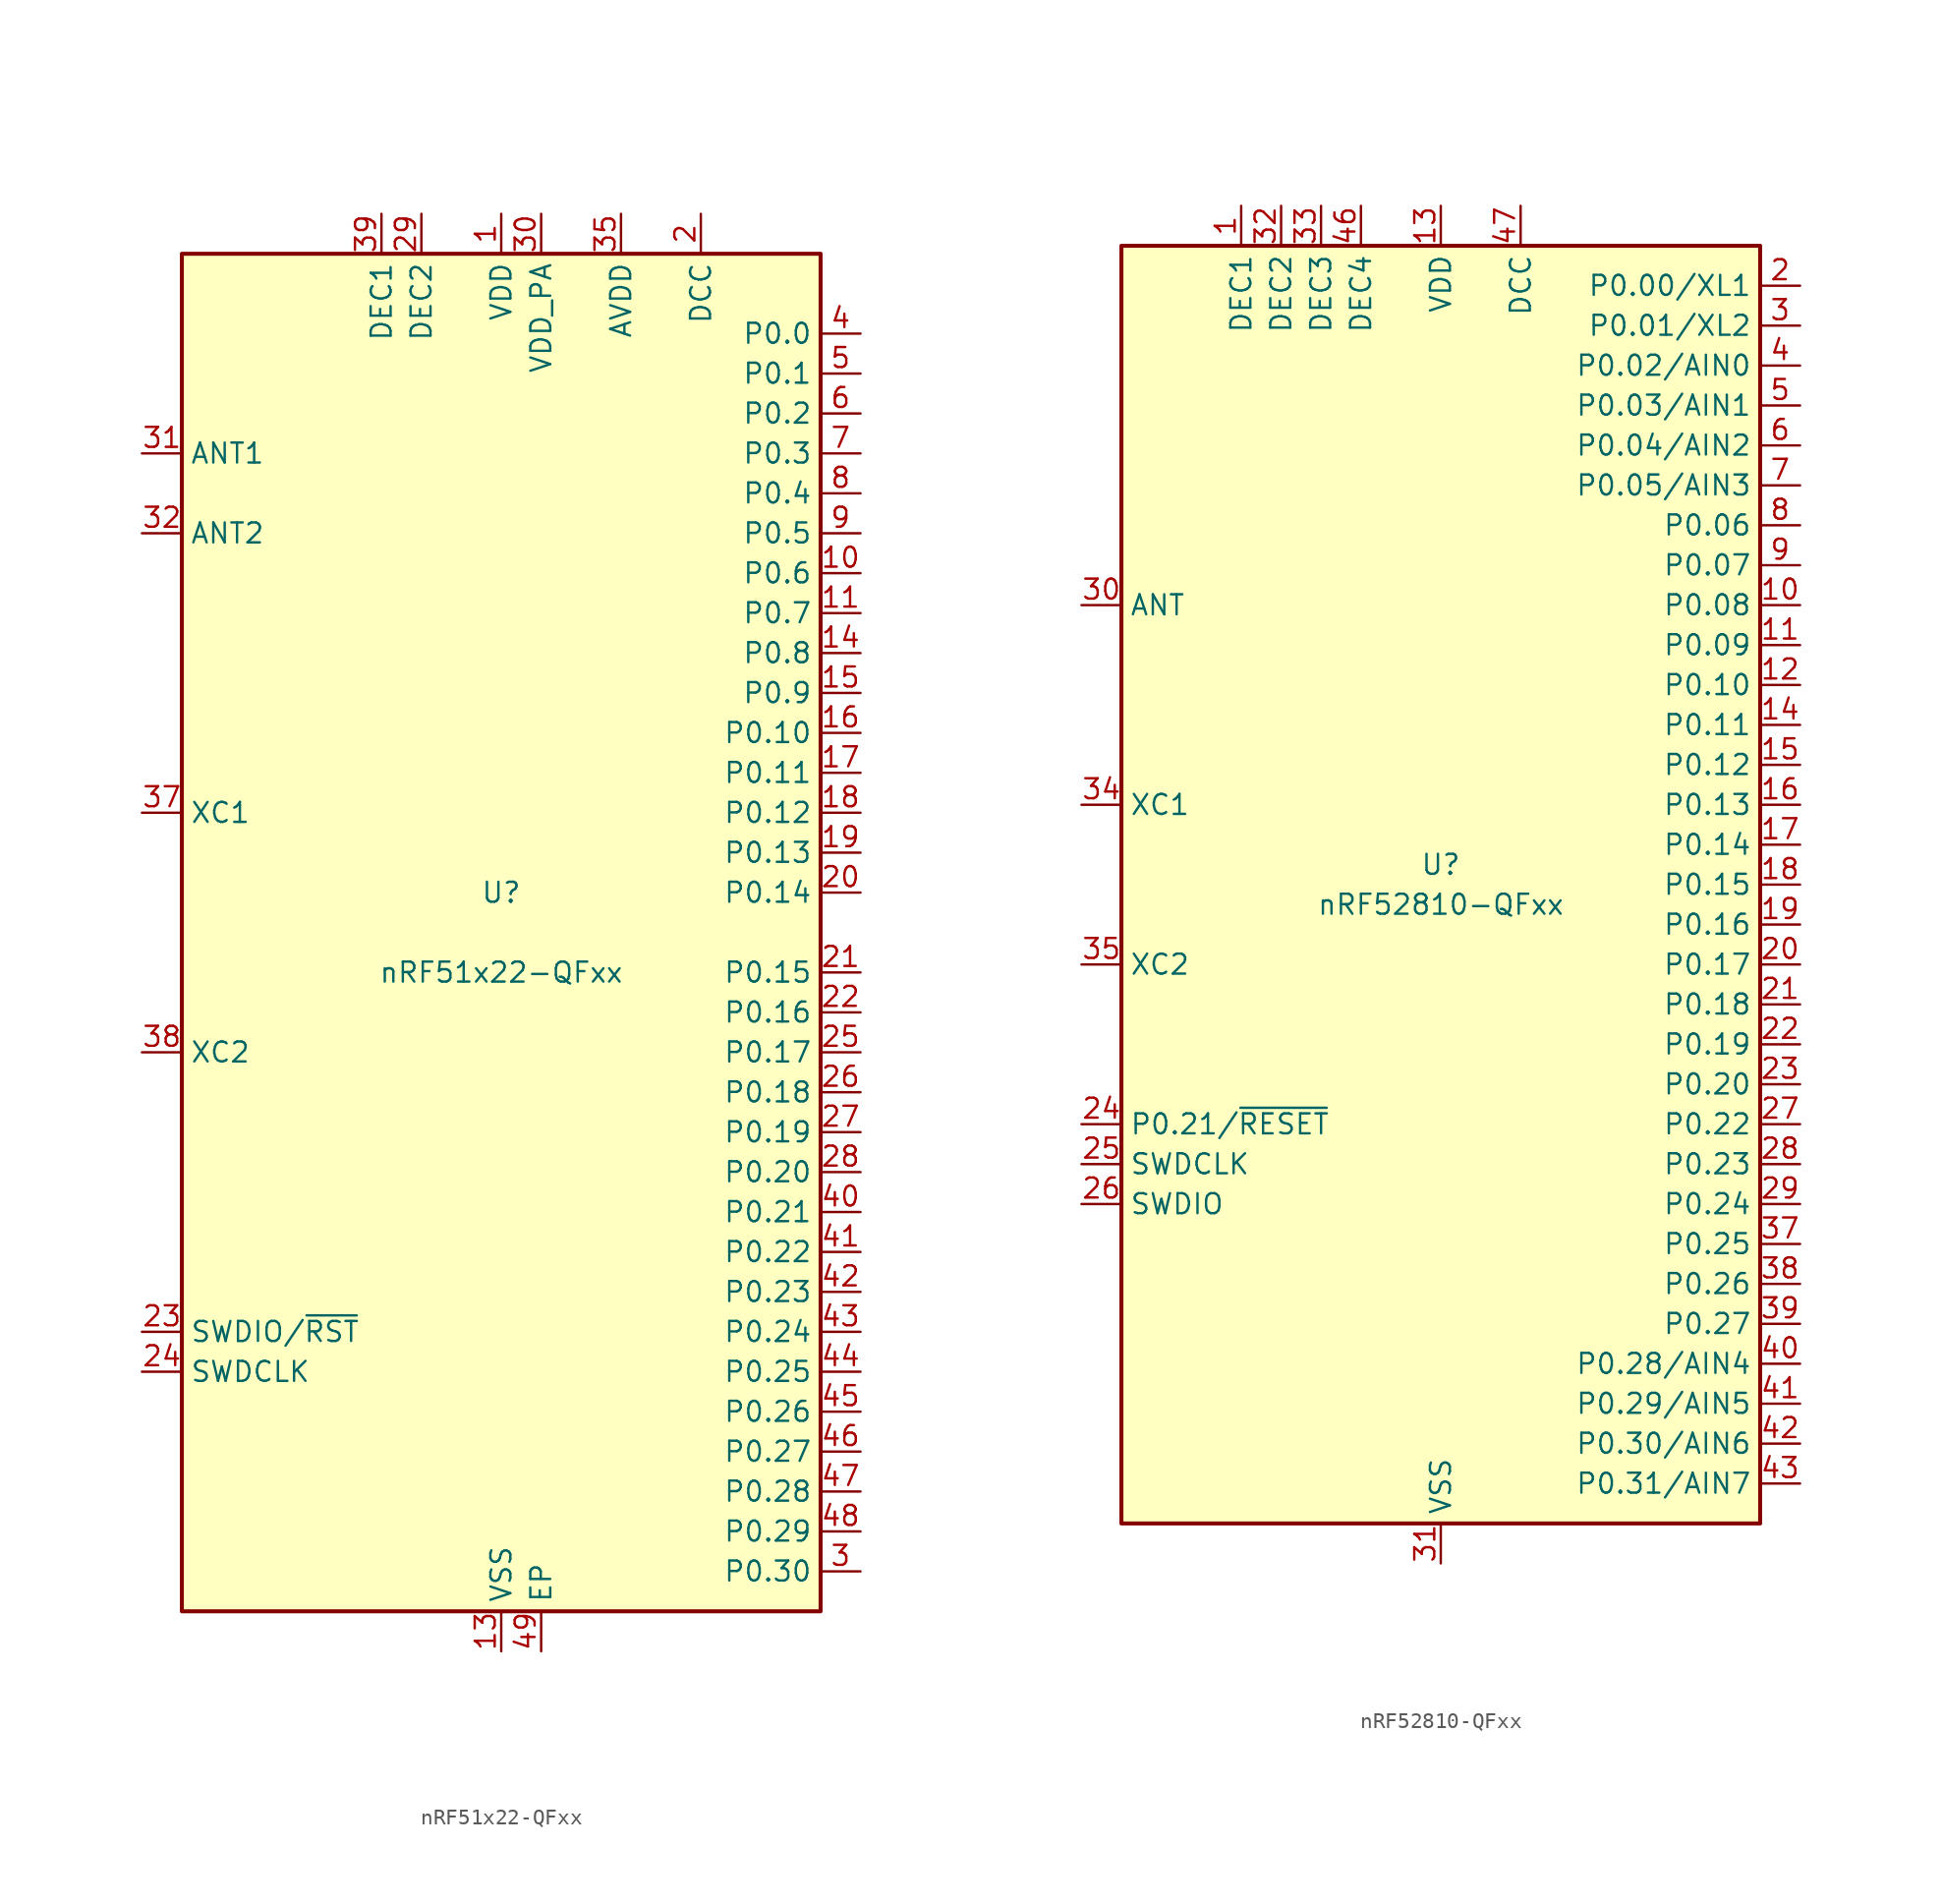
<source format=kicad_sym>
(kicad_symbol_lib
  (version 20201005)
  (generator kicad_symbol_editor)
  (symbol "nRF51x22-QFxx"
    (property "Reference" "U"
      (at 0 2.54 0)
      (effects (font (size 1.27 1.27))))
    (property "Value" "nRF51x22-QFxx"
      (at 0 -2.54 0)
      (effects (font (size 1.27 1.27))))
    (symbol "nRF51x22-QFxx_0_1"
      (rectangle (start -20.32 43.18) (end 20.32 -43.18) (stroke (width 0.254)) (fill (type background))))
    (symbol "nRF51x22-QFxx_1_1"
      (pin power_in line (at 0 45.72 270) (length 2.54) (name "VDD" (effects (font (size 1.27 1.27)))) (number "1" (effects (font (size 1.27 1.27)))))
      (pin bidirectional line (at 22.86 22.86 180) (length 2.54) (name "P0.6" (effects (font (size 1.27 1.27)))) (number "10" (effects (font (size 1.27 1.27)))))
      (pin bidirectional line (at 22.86 20.32 180) (length 2.54) (name "P0.7" (effects (font (size 1.27 1.27)))) (number "11" (effects (font (size 1.27 1.27)))))
      (pin passive line (at 0 45.72 270) (length 2.54) hide (name "VDD" (effects (font (size 1.27 1.27)))) (number "12" (effects (font (size 1.27 1.27)))))
      (pin power_in line (at 0 -45.72 90) (length 2.54) (name "VSS" (effects (font (size 1.27 1.27)))) (number "13" (effects (font (size 1.27 1.27)))))
      (pin bidirectional line (at 22.86 17.78 180) (length 2.54) (name "P0.8" (effects (font (size 1.27 1.27)))) (number "14" (effects (font (size 1.27 1.27)))))
      (pin bidirectional line (at 22.86 15.24 180) (length 2.54) (name "P0.9" (effects (font (size 1.27 1.27)))) (number "15" (effects (font (size 1.27 1.27)))))
      (pin bidirectional line (at 22.86 12.7 180) (length 2.54) (name "P0.10" (effects (font (size 1.27 1.27)))) (number "16" (effects (font (size 1.27 1.27)))))
      (pin bidirectional line (at 22.86 10.16 180) (length 2.54) (name "P0.11" (effects (font (size 1.27 1.27)))) (number "17" (effects (font (size 1.27 1.27)))))
      (pin bidirectional line (at 22.86 7.62 180) (length 2.54) (name "P0.12" (effects (font (size 1.27 1.27)))) (number "18" (effects (font (size 1.27 1.27)))))
      (pin bidirectional line (at 22.86 5.08 180) (length 2.54) (name "P0.13" (effects (font (size 1.27 1.27)))) (number "19" (effects (font (size 1.27 1.27)))))
      (pin power_out line (at 12.7 45.72 270) (length 2.54) (name "DCC" (effects (font (size 1.27 1.27)))) (number "2" (effects (font (size 1.27 1.27)))))
      (pin bidirectional line (at 22.86 2.54 180) (length 2.54) (name "P0.14" (effects (font (size 1.27 1.27)))) (number "20" (effects (font (size 1.27 1.27)))))
      (pin bidirectional line (at 22.86 -2.54 180) (length 2.54) (name "P0.15" (effects (font (size 1.27 1.27)))) (number "21" (effects (font (size 1.27 1.27)))))
      (pin bidirectional line (at 22.86 -5.08 180) (length 2.54) (name "P0.16" (effects (font (size 1.27 1.27)))) (number "22" (effects (font (size 1.27 1.27)))))
      (pin bidirectional line (at -22.86 -25.4 0) (length 2.54) (name "SWDIO/~RST" (effects (font (size 1.27 1.27)))) (number "23" (effects (font (size 1.27 1.27)))))
      (pin input line (at -22.86 -27.94 0) (length 2.54) (name "SWDCLK" (effects (font (size 1.27 1.27)))) (number "24" (effects (font (size 1.27 1.27)))))
      (pin bidirectional line (at 22.86 -7.62 180) (length 2.54) (name "P0.17" (effects (font (size 1.27 1.27)))) (number "25" (effects (font (size 1.27 1.27)))))
      (pin bidirectional line (at 22.86 -10.16 180) (length 2.54) (name "P0.18" (effects (font (size 1.27 1.27)))) (number "26" (effects (font (size 1.27 1.27)))))
      (pin bidirectional line (at 22.86 -12.7 180) (length 2.54) (name "P0.19" (effects (font (size 1.27 1.27)))) (number "27" (effects (font (size 1.27 1.27)))))
      (pin bidirectional line (at 22.86 -15.24 180) (length 2.54) (name "P0.20" (effects (font (size 1.27 1.27)))) (number "28" (effects (font (size 1.27 1.27)))))
      (pin passive line (at -5.08 45.72 270) (length 2.54) (name "DEC2" (effects (font (size 1.27 1.27)))) (number "29" (effects (font (size 1.27 1.27)))))
      (pin bidirectional line (at 22.86 -40.64 180) (length 2.54) (name "P0.30" (effects (font (size 1.27 1.27)))) (number "3" (effects (font (size 1.27 1.27)))))
      (pin power_out line (at 2.54 45.72 270) (length 2.54) (name "VDD_PA" (effects (font (size 1.27 1.27)))) (number "30" (effects (font (size 1.27 1.27)))))
      (pin output line (at -22.86 30.48 0) (length 2.54) (name "ANT1" (effects (font (size 1.27 1.27)))) (number "31" (effects (font (size 1.27 1.27)))))
      (pin output line (at -22.86 25.4 0) (length 2.54) (name "ANT2" (effects (font (size 1.27 1.27)))) (number "32" (effects (font (size 1.27 1.27)))))
      (pin passive line (at 0 -45.72 90) (length 2.54) hide (name "VSS" (effects (font (size 1.27 1.27)))) (number "33" (effects (font (size 1.27 1.27)))))
      (pin passive line (at 0 -45.72 90) (length 2.54) hide (name "VSS" (effects (font (size 1.27 1.27)))) (number "34" (effects (font (size 1.27 1.27)))))
      (pin power_in line (at 7.62 45.72 270) (length 2.54) (name "AVDD" (effects (font (size 1.27 1.27)))) (number "35" (effects (font (size 1.27 1.27)))))
      (pin passive line (at 7.62 45.72 270) (length 2.54) hide (name "AVDD" (effects (font (size 1.27 1.27)))) (number "36" (effects (font (size 1.27 1.27)))))
      (pin input line (at -22.86 7.62 0) (length 2.54) (name "XC1" (effects (font (size 1.27 1.27)))) (number "37" (effects (font (size 1.27 1.27)))))
      (pin input line (at -22.86 -7.62 0) (length 2.54) (name "XC2" (effects (font (size 1.27 1.27)))) (number "38" (effects (font (size 1.27 1.27)))))
      (pin passive line (at -7.62 45.72 270) (length 2.54) (name "DEC1" (effects (font (size 1.27 1.27)))) (number "39" (effects (font (size 1.27 1.27)))))
      (pin bidirectional line (at 22.86 38.1 180) (length 2.54) (name "P0.0" (effects (font (size 1.27 1.27)))) (number "4" (effects (font (size 1.27 1.27)))))
      (pin bidirectional line (at 22.86 -17.78 180) (length 2.54) (name "P0.21" (effects (font (size 1.27 1.27)))) (number "40" (effects (font (size 1.27 1.27)))))
      (pin bidirectional line (at 22.86 -20.32 180) (length 2.54) (name "P0.22" (effects (font (size 1.27 1.27)))) (number "41" (effects (font (size 1.27 1.27)))))
      (pin bidirectional line (at 22.86 -22.86 180) (length 2.54) (name "P0.23" (effects (font (size 1.27 1.27)))) (number "42" (effects (font (size 1.27 1.27)))))
      (pin bidirectional line (at 22.86 -25.4 180) (length 2.54) (name "P0.24" (effects (font (size 1.27 1.27)))) (number "43" (effects (font (size 1.27 1.27)))))
      (pin bidirectional line (at 22.86 -27.94 180) (length 2.54) (name "P0.25" (effects (font (size 1.27 1.27)))) (number "44" (effects (font (size 1.27 1.27)))))
      (pin bidirectional line (at 22.86 -30.48 180) (length 2.54) (name "P0.26" (effects (font (size 1.27 1.27)))) (number "45" (effects (font (size 1.27 1.27)))))
      (pin bidirectional line (at 22.86 -33.02 180) (length 2.54) (name "P0.27" (effects (font (size 1.27 1.27)))) (number "46" (effects (font (size 1.27 1.27)))))
      (pin bidirectional line (at 22.86 -35.56 180) (length 2.54) (name "P0.28" (effects (font (size 1.27 1.27)))) (number "47" (effects (font (size 1.27 1.27)))))
      (pin bidirectional line (at 22.86 -38.1 180) (length 2.54) (name "P0.29" (effects (font (size 1.27 1.27)))) (number "48" (effects (font (size 1.27 1.27)))))
      (pin power_in line (at 2.54 -45.72 90) (length 2.54) (name "EP" (effects (font (size 1.27 1.27)))) (number "49" (effects (font (size 1.27 1.27)))))
      (pin bidirectional line (at 22.86 35.56 180) (length 2.54) (name "P0.1" (effects (font (size 1.27 1.27)))) (number "5" (effects (font (size 1.27 1.27)))))
      (pin bidirectional line (at 22.86 33.02 180) (length 2.54) (name "P0.2" (effects (font (size 1.27 1.27)))) (number "6" (effects (font (size 1.27 1.27)))))
      (pin bidirectional line (at 22.86 30.48 180) (length 2.54) (name "P0.3" (effects (font (size 1.27 1.27)))) (number "7" (effects (font (size 1.27 1.27)))))
      (pin bidirectional line (at 22.86 27.94 180) (length 2.54) (name "P0.4" (effects (font (size 1.27 1.27)))) (number "8" (effects (font (size 1.27 1.27)))))
      (pin bidirectional line (at 22.86 25.4 180) (length 2.54) (name "P0.5" (effects (font (size 1.27 1.27)))) (number "9" (effects (font (size 1.27 1.27)))))))
  (symbol "nRF52810-QFxx"
    (property "Reference" "U"
      (at 0 1.27 0)
      (effects (font (size 1.27 1.27))))
    (property "Value" "nRF52810-QFxx"
      (at 0 -1.27 0)
      (effects (font (size 1.27 1.27))))
    (symbol "nRF52810-QFxx_0_1"
      (rectangle (start -20.32 40.64) (end 20.32 -40.64) (stroke (width 0.254)) (fill (type background))))
    (symbol "nRF52810-QFxx_1_1"
      (pin passive line (at -12.7 43.18 270) (length 2.54) (name "DEC1" (effects (font (size 1.27 1.27)))) (number "1" (effects (font (size 1.27 1.27)))))
      (pin bidirectional line (at 22.86 17.78 180) (length 2.54) (name "P0.08" (effects (font (size 1.27 1.27)))) (number "10" (effects (font (size 1.27 1.27)))))
      (pin bidirectional line (at 22.86 15.24 180) (length 2.54) (name "P0.09" (effects (font (size 1.27 1.27)))) (number "11" (effects (font (size 1.27 1.27)))))
      (pin bidirectional line (at 22.86 12.7 180) (length 2.54) (name "P0.10" (effects (font (size 1.27 1.27)))) (number "12" (effects (font (size 1.27 1.27)))))
      (pin power_in line (at 0 43.18 270) (length 2.54) (name "VDD" (effects (font (size 1.27 1.27)))) (number "13" (effects (font (size 1.27 1.27)))))
      (pin bidirectional line (at 22.86 10.16 180) (length 2.54) (name "P0.11" (effects (font (size 1.27 1.27)))) (number "14" (effects (font (size 1.27 1.27)))))
      (pin bidirectional line (at 22.86 7.62 180) (length 2.54) (name "P0.12" (effects (font (size 1.27 1.27)))) (number "15" (effects (font (size 1.27 1.27)))))
      (pin bidirectional line (at 22.86 5.08 180) (length 2.54) (name "P0.13" (effects (font (size 1.27 1.27)))) (number "16" (effects (font (size 1.27 1.27)))))
      (pin bidirectional line (at 22.86 2.54 180) (length 2.54) (name "P0.14" (effects (font (size 1.27 1.27)))) (number "17" (effects (font (size 1.27 1.27)))))
      (pin bidirectional line (at 22.86 0 180) (length 2.54) (name "P0.15" (effects (font (size 1.27 1.27)))) (number "18" (effects (font (size 1.27 1.27)))))
      (pin bidirectional line (at 22.86 -2.54 180) (length 2.54) (name "P0.16" (effects (font (size 1.27 1.27)))) (number "19" (effects (font (size 1.27 1.27)))))
      (pin bidirectional line (at 22.86 38.1 180) (length 2.54) (name "P0.00/XL1" (effects (font (size 1.27 1.27)))) (number "2" (effects (font (size 1.27 1.27)))))
      (pin bidirectional line (at 22.86 -5.08 180) (length 2.54) (name "P0.17" (effects (font (size 1.27 1.27)))) (number "20" (effects (font (size 1.27 1.27)))))
      (pin bidirectional line (at 22.86 -7.62 180) (length 2.54) (name "P0.18" (effects (font (size 1.27 1.27)))) (number "21" (effects (font (size 1.27 1.27)))))
      (pin bidirectional line (at 22.86 -10.16 180) (length 2.54) (name "P0.19" (effects (font (size 1.27 1.27)))) (number "22" (effects (font (size 1.27 1.27)))))
      (pin bidirectional line (at 22.86 -12.7 180) (length 2.54) (name "P0.20" (effects (font (size 1.27 1.27)))) (number "23" (effects (font (size 1.27 1.27)))))
      (pin bidirectional line (at -22.86 -15.24 0) (length 2.54) (name "P0.21/~RESET" (effects (font (size 1.27 1.27)))) (number "24" (effects (font (size 1.27 1.27)))))
      (pin input line (at -22.86 -17.78 0) (length 2.54) (name "SWDCLK" (effects (font (size 1.27 1.27)))) (number "25" (effects (font (size 1.27 1.27)))))
      (pin bidirectional line (at -22.86 -20.32 0) (length 2.54) (name "SWDIO" (effects (font (size 1.27 1.27)))) (number "26" (effects (font (size 1.27 1.27)))))
      (pin bidirectional line (at 22.86 -15.24 180) (length 2.54) (name "P0.22" (effects (font (size 1.27 1.27)))) (number "27" (effects (font (size 1.27 1.27)))))
      (pin bidirectional line (at 22.86 -17.78 180) (length 2.54) (name "P0.23" (effects (font (size 1.27 1.27)))) (number "28" (effects (font (size 1.27 1.27)))))
      (pin bidirectional line (at 22.86 -20.32 180) (length 2.54) (name "P0.24" (effects (font (size 1.27 1.27)))) (number "29" (effects (font (size 1.27 1.27)))))
      (pin bidirectional line (at 22.86 35.56 180) (length 2.54) (name "P0.01/XL2" (effects (font (size 1.27 1.27)))) (number "3" (effects (font (size 1.27 1.27)))))
      (pin passive line (at -22.86 17.78 0) (length 2.54) (name "ANT" (effects (font (size 1.27 1.27)))) (number "30" (effects (font (size 1.27 1.27)))))
      (pin power_in line (at 0 -43.18 90) (length 2.54) (name "VSS" (effects (font (size 1.27 1.27)))) (number "31" (effects (font (size 1.27 1.27)))))
      (pin passive line (at -10.16 43.18 270) (length 2.54) (name "DEC2" (effects (font (size 1.27 1.27)))) (number "32" (effects (font (size 1.27 1.27)))))
      (pin passive line (at -7.62 43.18 270) (length 2.54) (name "DEC3" (effects (font (size 1.27 1.27)))) (number "33" (effects (font (size 1.27 1.27)))))
      (pin input line (at -22.86 5.08 0) (length 2.54) (name "XC1" (effects (font (size 1.27 1.27)))) (number "34" (effects (font (size 1.27 1.27)))))
      (pin input line (at -22.86 -5.08 0) (length 2.54) (name "XC2" (effects (font (size 1.27 1.27)))) (number "35" (effects (font (size 1.27 1.27)))))
      (pin passive line (at 0 43.18 270) (length 2.54) hide (name "VDD" (effects (font (size 1.27 1.27)))) (number "36" (effects (font (size 1.27 1.27)))))
      (pin bidirectional line (at 22.86 -22.86 180) (length 2.54) (name "P0.25" (effects (font (size 1.27 1.27)))) (number "37" (effects (font (size 1.27 1.27)))))
      (pin bidirectional line (at 22.86 -25.4 180) (length 2.54) (name "P0.26" (effects (font (size 1.27 1.27)))) (number "38" (effects (font (size 1.27 1.27)))))
      (pin bidirectional line (at 22.86 -27.94 180) (length 2.54) (name "P0.27" (effects (font (size 1.27 1.27)))) (number "39" (effects (font (size 1.27 1.27)))))
      (pin bidirectional line (at 22.86 33.02 180) (length 2.54) (name "P0.02/AIN0" (effects (font (size 1.27 1.27)))) (number "4" (effects (font (size 1.27 1.27)))))
      (pin bidirectional line (at 22.86 -30.48 180) (length 2.54) (name "P0.28/AIN4" (effects (font (size 1.27 1.27)))) (number "40" (effects (font (size 1.27 1.27)))))
      (pin bidirectional line (at 22.86 -33.02 180) (length 2.54) (name "P0.29/AIN5" (effects (font (size 1.27 1.27)))) (number "41" (effects (font (size 1.27 1.27)))))
      (pin bidirectional line (at 22.86 -35.56 180) (length 2.54) (name "P0.30/AIN6" (effects (font (size 1.27 1.27)))) (number "42" (effects (font (size 1.27 1.27)))))
      (pin bidirectional line (at 22.86 -38.1 180) (length 2.54) (name "P0.31/AIN7" (effects (font (size 1.27 1.27)))) (number "43" (effects (font (size 1.27 1.27)))))
      (pin no_connect line (at -20.32 -30.48 0) (length 2.54) hide (name "NC" (effects (font (size 1.27 1.27)))) (number "44" (effects (font (size 1.27 1.27)))))
      (pin passive line (at 0 -43.18 90) (length 2.54) hide (name "VSS" (effects (font (size 1.27 1.27)))) (number "45" (effects (font (size 1.27 1.27)))))
      (pin passive line (at -5.08 43.18 270) (length 2.54) (name "DEC4" (effects (font (size 1.27 1.27)))) (number "46" (effects (font (size 1.27 1.27)))))
      (pin power_out line (at 5.08 43.18 270) (length 2.54) (name "DCC" (effects (font (size 1.27 1.27)))) (number "47" (effects (font (size 1.27 1.27)))))
      (pin passive line (at 0 43.18 270) (length 2.54) hide (name "VDD" (effects (font (size 1.27 1.27)))) (number "48" (effects (font (size 1.27 1.27)))))
      (pin passive line (at 0 -43.18 90) (length 2.54) hide (name "VSS" (effects (font (size 1.27 1.27)))) (number "49" (effects (font (size 1.27 1.27)))))
      (pin bidirectional line (at 22.86 30.48 180) (length 2.54) (name "P0.03/AIN1" (effects (font (size 1.27 1.27)))) (number "5" (effects (font (size 1.27 1.27)))))
      (pin bidirectional line (at 22.86 27.94 180) (length 2.54) (name "P0.04/AIN2" (effects (font (size 1.27 1.27)))) (number "6" (effects (font (size 1.27 1.27)))))
      (pin bidirectional line (at 22.86 25.4 180) (length 2.54) (name "P0.05/AIN3" (effects (font (size 1.27 1.27)))) (number "7" (effects (font (size 1.27 1.27)))))
      (pin bidirectional line (at 22.86 22.86 180) (length 2.54) (name "P0.06" (effects (font (size 1.27 1.27)))) (number "8" (effects (font (size 1.27 1.27)))))
      (pin bidirectional line (at 22.86 20.32 180) (length 2.54) (name "P0.07" (effects (font (size 1.27 1.27)))) (number "9" (effects (font (size 1.27 1.27))))))))
</source>
